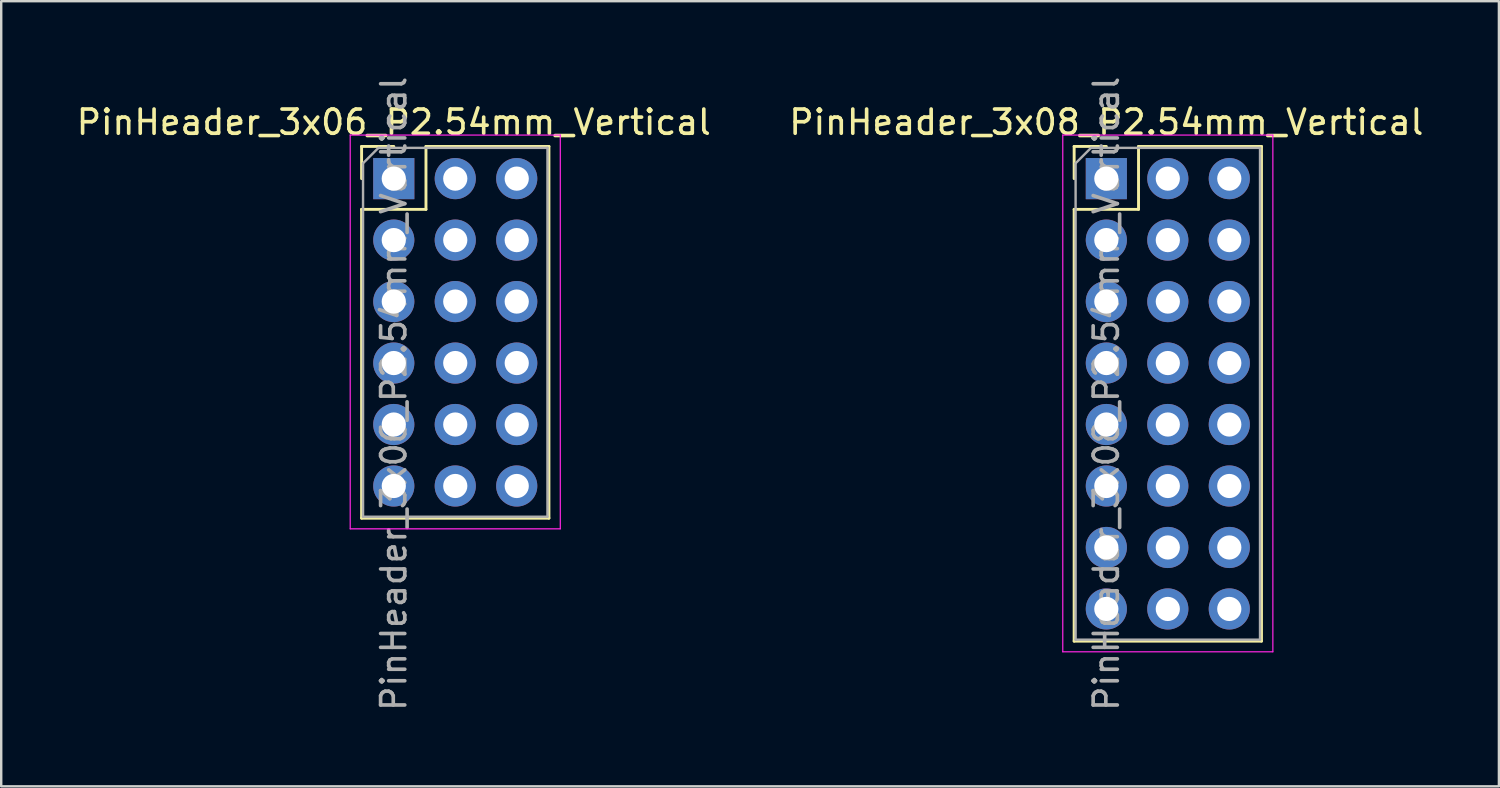
<source format=kicad_pcb>
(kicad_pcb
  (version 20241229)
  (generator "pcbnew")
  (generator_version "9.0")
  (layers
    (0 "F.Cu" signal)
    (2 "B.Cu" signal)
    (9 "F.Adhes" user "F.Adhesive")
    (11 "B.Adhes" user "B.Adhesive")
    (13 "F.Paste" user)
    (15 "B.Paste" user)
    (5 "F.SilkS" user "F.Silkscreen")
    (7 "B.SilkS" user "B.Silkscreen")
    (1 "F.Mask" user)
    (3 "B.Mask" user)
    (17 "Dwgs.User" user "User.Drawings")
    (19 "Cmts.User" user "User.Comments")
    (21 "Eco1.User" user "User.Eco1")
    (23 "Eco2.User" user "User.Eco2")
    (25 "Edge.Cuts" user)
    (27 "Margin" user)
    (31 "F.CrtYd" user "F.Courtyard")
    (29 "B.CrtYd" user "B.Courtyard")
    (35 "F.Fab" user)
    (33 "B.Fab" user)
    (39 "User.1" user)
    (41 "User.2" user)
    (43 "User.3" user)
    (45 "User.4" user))
  (footprint "PinHeader_3x06_P2.54mm_Vertical"
    (layer "F.Cu")
    (at 13.22 4.33)
    (property "Reference" "PinHeader_3x06_P2.54mm_Vertical" (at 0 -2.33 0) (layer "F.SilkS") (effects (font (size 1 1) (thickness 0.15))))
    (attr through_hole)
    (fp_line (start -1.33 -1.33) (end 0 -1.33) (stroke (width 0.12) (type solid)) (layer "F.SilkS"))
    (fp_line (start -1.33 0) (end -1.33 -1.33) (stroke (width 0.12) (type solid)) (layer "F.SilkS"))
    (fp_line (start -1.33 1.27) (end -1.33 14.03) (stroke (width 0.12) (type solid)) (layer "F.SilkS"))
    (fp_line (start -1.33 1.27) (end 1.33 1.27) (stroke (width 0.12) (type solid)) (layer "F.SilkS"))
    (fp_line (start -1.33 14.03) (end 6.41 14.03) (stroke (width 0.12) (type solid)) (layer "F.SilkS"))
    (fp_line (start 1.33 -1.33) (end 6.41 -1.33) (stroke (width 0.12) (type solid)) (layer "F.SilkS"))
    (fp_line (start 1.33 1.27) (end 1.33 -1.33) (stroke (width 0.12) (type solid)) (layer "F.SilkS"))
    (fp_line (start 6.41 -1.33) (end 6.41 14.03) (stroke (width 0.12) (type solid)) (layer "F.SilkS"))
    (fp_line (start -1.8 -1.8) (end -1.8 14.47) (stroke (width 0.05) (type solid)) (layer "F.CrtYd"))
    (fp_line (start -1.8 14.47) (end 6.88 14.47) (stroke (width 0.05) (type solid)) (layer "F.CrtYd"))
    (fp_line (start 6.88 -1.8) (end -1.8 -1.8) (stroke (width 0.05) (type solid)) (layer "F.CrtYd"))
    (fp_line (start 6.88 14.47) (end 6.88 -1.8) (stroke (width 0.05) (type solid)) (layer "F.CrtYd"))
    (fp_line (start -1.27 -0.635) (end -0.635 -1.27) (stroke (width 0.1) (type solid)) (layer "F.Fab"))
    (fp_line (start -1.27 13.97) (end -1.27 -0.635) (stroke (width 0.1) (type solid)) (layer "F.Fab"))
    (fp_line (start -0.635 -1.27) (end 6.35 -1.27) (stroke (width 0.1) (type solid)) (layer "F.Fab"))
    (fp_line (start 6.35 -1.27) (end 6.35 13.97) (stroke (width 0.1) (type solid)) (layer "F.Fab"))
    (fp_line (start 6.35 13.97) (end -1.27 13.97) (stroke (width 0.1) (type solid)) (layer "F.Fab"))
    (fp_text user "${REFERENCE}" (at 0 8.89 90) (layer "F.Fab") (effects (font (size 1 1) (thickness 0.15))))
    (pad "1" thru_hole rect (at 0 0) (size 1.7 1.7) (drill 1) (layers "*.Cu" "*.Mask"))
    (pad "2" thru_hole oval (at 2.54 0) (size 1.7 1.7) (drill 1) (layers "*.Cu" "*.Mask"))
    (pad "3" thru_hole oval (at 5.08 0) (size 1.7 1.7) (drill 1) (layers "*.Cu" "*.Mask"))
    (pad "4" thru_hole oval (at 0 2.54) (size 1.7 1.7) (drill 1) (layers "*.Cu" "*.Mask"))
    (pad "5" thru_hole oval (at 2.54 2.54) (size 1.7 1.7) (drill 1) (layers "*.Cu" "*.Mask"))
    (pad "6" thru_hole oval (at 5.08 2.54) (size 1.7 1.7) (drill 1) (layers "*.Cu" "*.Mask"))
    (pad "7" thru_hole oval (at 0 5.08) (size 1.7 1.7) (drill 1) (layers "*.Cu" "*.Mask"))
    (pad "8" thru_hole oval (at 2.54 5.08) (size 1.7 1.7) (drill 1) (layers "*.Cu" "*.Mask"))
    (pad "9" thru_hole oval (at 5.08 5.08) (size 1.7 1.7) (drill 1) (layers "*.Cu" "*.Mask"))
    (pad "10" thru_hole oval (at 0 7.62) (size 1.7 1.7) (drill 1) (layers "*.Cu" "*.Mask"))
    (pad "11" thru_hole oval (at 2.54 7.62) (size 1.7 1.7) (drill 1) (layers "*.Cu" "*.Mask"))
    (pad "12" thru_hole oval (at 5.08 7.62) (size 1.7 1.7) (drill 1) (layers "*.Cu" "*.Mask"))
    (pad "13" thru_hole oval (at 0 10.16) (size 1.7 1.7) (drill 1) (layers "*.Cu" "*.Mask"))
    (pad "14" thru_hole oval (at 2.54 10.16) (size 1.7 1.7) (drill 1) (layers "*.Cu" "*.Mask"))
    (pad "15" thru_hole oval (at 5.08 10.16) (size 1.7 1.7) (drill 1) (layers "*.Cu" "*.Mask"))
    (pad "16" thru_hole oval (at 0 12.7) (size 1.7 1.7) (drill 1) (layers "*.Cu" "*.Mask"))
    (pad "17" thru_hole oval (at 2.54 12.7) (size 1.7 1.7) (drill 1) (layers "*.Cu" "*.Mask"))
    (pad "18" thru_hole oval (at 5.08 12.7) (size 1.7 1.7) (drill 1) (layers "*.Cu" "*.Mask")))
  (footprint "PinHeader_3x08_P2.54mm_Vertical"
    (layer "F.Cu")
    (at 42.661 4.33)
    (property "Reference" "PinHeader_3x08_P2.54mm_Vertical" (at 0 -2.33 0) (layer "F.SilkS") (effects (font (size 1 1) (thickness 0.15))))
    (attr through_hole)
    (fp_line (start -1.33 -1.33) (end 0 -1.33) (stroke (width 0.12) (type solid)) (layer "F.SilkS"))
    (fp_line (start -1.33 0) (end -1.33 -1.33) (stroke (width 0.12) (type solid)) (layer "F.SilkS"))
    (fp_line (start -1.33 1.27) (end -1.33 19.11) (stroke (width 0.12) (type solid)) (layer "F.SilkS"))
    (fp_line (start -1.33 1.27) (end 1.33 1.27) (stroke (width 0.12) (type solid)) (layer "F.SilkS"))
    (fp_line (start -1.33 19.11) (end 6.41 19.11) (stroke (width 0.12) (type solid)) (layer "F.SilkS"))
    (fp_line (start 1.33 -1.33) (end 6.41 -1.33) (stroke (width 0.12) (type solid)) (layer "F.SilkS"))
    (fp_line (start 1.33 1.27) (end 1.33 -1.33) (stroke (width 0.12) (type solid)) (layer "F.SilkS"))
    (fp_line (start 6.41 -1.33) (end 6.41 19.11) (stroke (width 0.12) (type solid)) (layer "F.SilkS"))
    (fp_line (start -1.8 -1.8) (end -1.8 19.55) (stroke (width 0.05) (type solid)) (layer "F.CrtYd"))
    (fp_line (start -1.8 19.55) (end 6.88 19.55) (stroke (width 0.05) (type solid)) (layer "F.CrtYd"))
    (fp_line (start 6.88 -1.8) (end -1.8 -1.8) (stroke (width 0.05) (type solid)) (layer "F.CrtYd"))
    (fp_line (start 6.88 19.55) (end 6.88 -1.8) (stroke (width 0.05) (type solid)) (layer "F.CrtYd"))
    (fp_line (start -1.27 -0.635) (end -0.635 -1.27) (stroke (width 0.1) (type solid)) (layer "F.Fab"))
    (fp_line (start -1.27 19.05) (end -1.27 -0.635) (stroke (width 0.1) (type solid)) (layer "F.Fab"))
    (fp_line (start -0.635 -1.27) (end 6.35 -1.27) (stroke (width 0.1) (type solid)) (layer "F.Fab"))
    (fp_line (start 6.35 -1.27) (end 6.35 19.05) (stroke (width 0.1) (type solid)) (layer "F.Fab"))
    (fp_line (start 6.35 19.05) (end -1.27 19.05) (stroke (width 0.1) (type solid)) (layer "F.Fab"))
    (fp_text user "${REFERENCE}" (at 0 8.89 90) (layer "F.Fab") (effects (font (size 1 1) (thickness 0.15))))
    (pad "1" thru_hole rect (at 0 0) (size 1.7 1.7) (drill 1) (layers "*.Cu" "*.Mask"))
    (pad "2" thru_hole oval (at 2.54 0) (size 1.7 1.7) (drill 1) (layers "*.Cu" "*.Mask"))
    (pad "3" thru_hole oval (at 5.08 0) (size 1.7 1.7) (drill 1) (layers "*.Cu" "*.Mask"))
    (pad "4" thru_hole oval (at 0 2.54) (size 1.7 1.7) (drill 1) (layers "*.Cu" "*.Mask"))
    (pad "5" thru_hole oval (at 2.54 2.54) (size 1.7 1.7) (drill 1) (layers "*.Cu" "*.Mask"))
    (pad "6" thru_hole oval (at 5.08 2.54) (size 1.7 1.7) (drill 1) (layers "*.Cu" "*.Mask"))
    (pad "7" thru_hole oval (at 0 5.08) (size 1.7 1.7) (drill 1) (layers "*.Cu" "*.Mask"))
    (pad "8" thru_hole oval (at 2.54 5.08) (size 1.7 1.7) (drill 1) (layers "*.Cu" "*.Mask"))
    (pad "9" thru_hole oval (at 5.08 5.08) (size 1.7 1.7) (drill 1) (layers "*.Cu" "*.Mask"))
    (pad "10" thru_hole oval (at 0 7.62) (size 1.7 1.7) (drill 1) (layers "*.Cu" "*.Mask"))
    (pad "11" thru_hole oval (at 2.54 7.62) (size 1.7 1.7) (drill 1) (layers "*.Cu" "*.Mask"))
    (pad "12" thru_hole oval (at 5.08 7.62) (size 1.7 1.7) (drill 1) (layers "*.Cu" "*.Mask"))
    (pad "13" thru_hole oval (at 0 10.16) (size 1.7 1.7) (drill 1) (layers "*.Cu" "*.Mask"))
    (pad "14" thru_hole oval (at 2.54 10.16) (size 1.7 1.7) (drill 1) (layers "*.Cu" "*.Mask"))
    (pad "15" thru_hole oval (at 5.08 10.16) (size 1.7 1.7) (drill 1) (layers "*.Cu" "*.Mask"))
    (pad "16" thru_hole oval (at 0 12.7) (size 1.7 1.7) (drill 1) (layers "*.Cu" "*.Mask"))
    (pad "17" thru_hole oval (at 2.54 12.7) (size 1.7 1.7) (drill 1) (layers "*.Cu" "*.Mask"))
    (pad "18" thru_hole oval (at 5.08 12.7) (size 1.7 1.7) (drill 1) (layers "*.Cu" "*.Mask"))
    (pad "19" thru_hole oval (at 0 15.24) (size 1.7 1.7) (drill 1) (layers "*.Cu" "*.Mask"))
    (pad "20" thru_hole oval (at 2.54 15.24) (size 1.7 1.7) (drill 1) (layers "*.Cu" "*.Mask"))
    (pad "21" thru_hole oval (at 5.08 15.24) (size 1.7 1.7) (drill 1) (layers "*.Cu" "*.Mask"))
    (pad "22" thru_hole oval (at 0 17.78) (size 1.7 1.7) (drill 1) (layers "*.Cu" "*.Mask"))
    (pad "23" thru_hole oval (at 2.54 17.78) (size 1.7 1.7) (drill 1) (layers "*.Cu" "*.Mask"))
    (pad "24" thru_hole oval (at 5.08 17.78) (size 1.7 1.7) (drill 1) (layers "*.Cu" "*.Mask")))
  (gr_rect
    (start -3 -3)
    (end 58.881 29.44)
    (stroke (width 0.1) (type default))
    (fill no)
    (layer "Edge.Cuts")))
</source>
